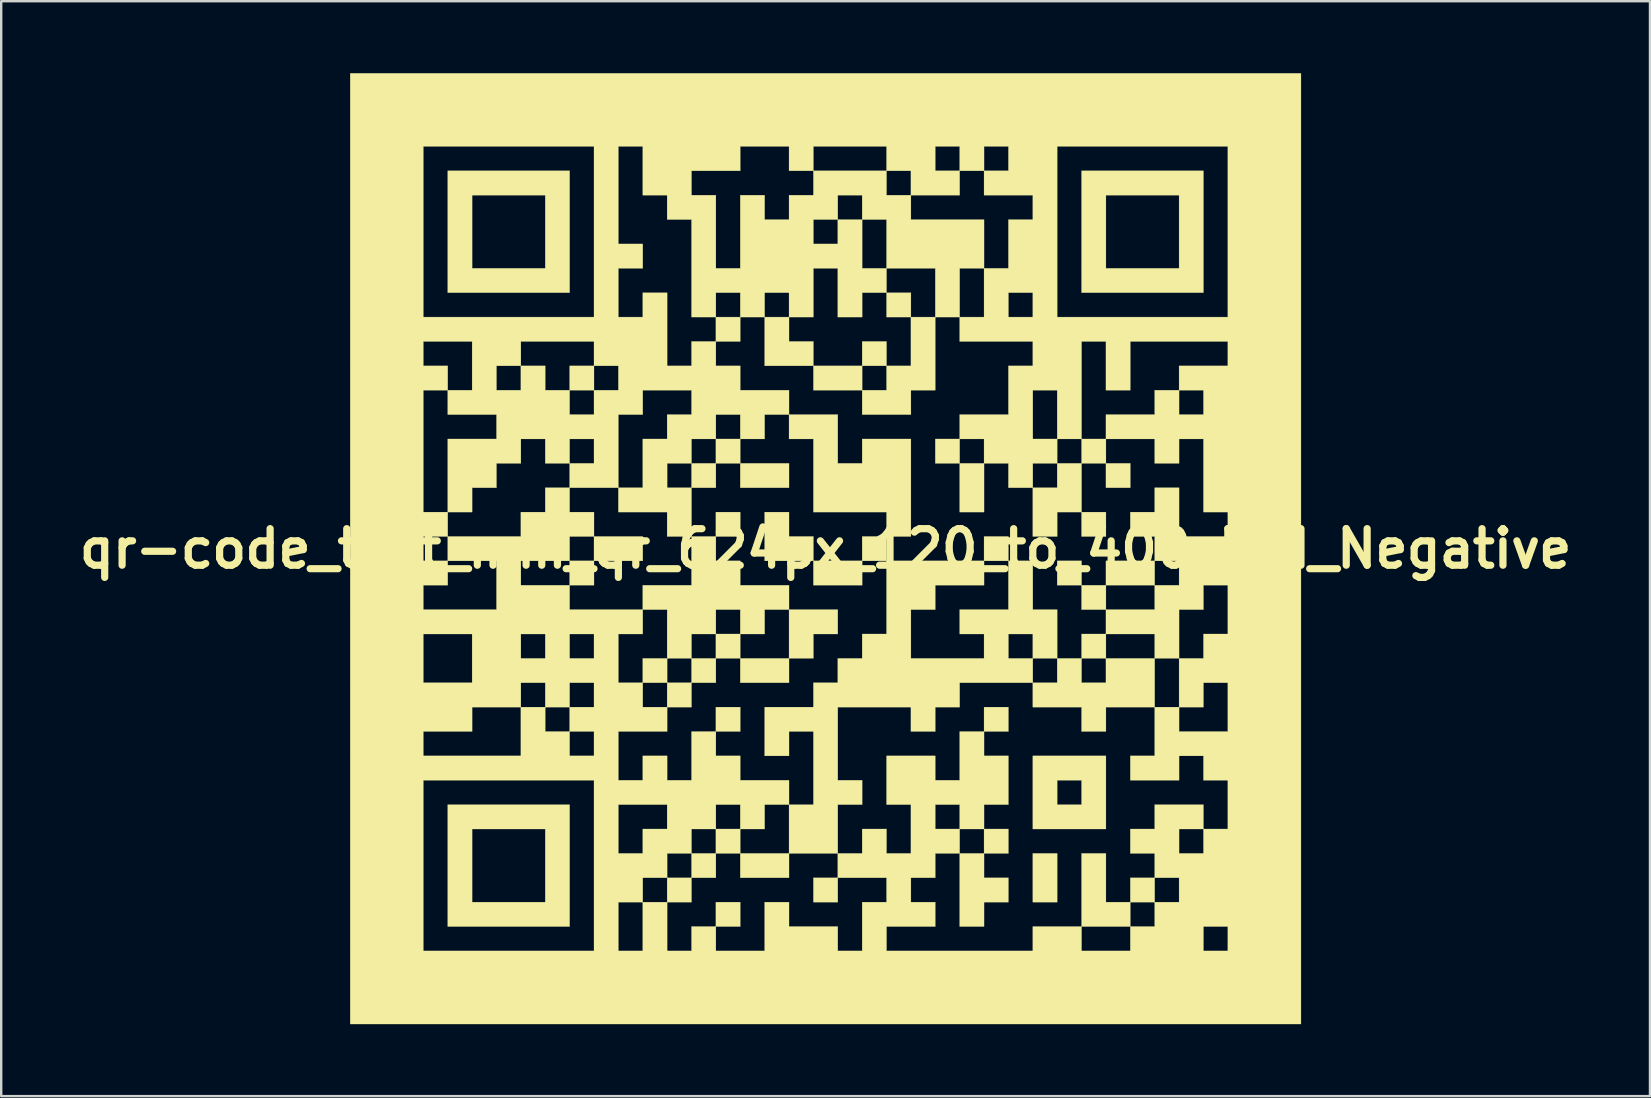
<source format=kicad_pcb>
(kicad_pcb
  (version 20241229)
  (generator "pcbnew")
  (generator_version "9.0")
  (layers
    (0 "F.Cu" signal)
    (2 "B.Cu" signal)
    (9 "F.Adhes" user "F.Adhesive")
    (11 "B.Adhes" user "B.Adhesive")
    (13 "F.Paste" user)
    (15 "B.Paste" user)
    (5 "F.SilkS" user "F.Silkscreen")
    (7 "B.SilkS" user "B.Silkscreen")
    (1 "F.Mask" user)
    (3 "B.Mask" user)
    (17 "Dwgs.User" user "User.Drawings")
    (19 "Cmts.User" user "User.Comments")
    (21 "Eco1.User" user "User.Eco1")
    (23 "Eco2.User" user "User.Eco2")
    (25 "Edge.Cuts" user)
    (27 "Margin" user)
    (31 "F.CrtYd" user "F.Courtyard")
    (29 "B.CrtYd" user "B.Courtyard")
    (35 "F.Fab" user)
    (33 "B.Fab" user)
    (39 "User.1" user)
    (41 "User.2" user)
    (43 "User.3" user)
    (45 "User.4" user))
  (footprint "qr-code_test_mm_qr_624px_120_to_400_DPI_Negative"
    (layer "F.Cu")
    (at 31.358 19.817)
    (property "Reference" "qr-code_test_mm_qr_624px_120_to_400_DPI_Negative" (at 0 0 0) (layer "F.SilkS") (effects (font (size 1.524 1.524) (thickness 0.3))))
    (attr through_hole)
    (fp_poly (pts (xy -9.652 -6.604) (xy -10.668 -6.604) (xy -10.668 -7.62) (xy -9.652 -7.62) (xy -9.652 -6.604)) (stroke (width 0.01) (type solid)) (fill yes) (layer "F.SilkS"))
    (fp_poly (pts (xy -9.652 1.524) (xy -10.668 1.524) (xy -10.668 0.508) (xy -9.652 0.508) (xy -9.652 1.524)) (stroke (width 0.01) (type solid)) (fill yes) (layer "F.SilkS"))
    (fp_poly (pts (xy -7.62 0.508) (xy -9.652 0.508) (xy -9.652 -0.508) (xy -7.62 -0.508) (xy -7.62 0.508)) (stroke (width 0.01) (type solid)) (fill yes) (layer "F.SilkS"))
    (fp_poly (pts (xy -5.588 14.732) (xy -6.604 14.732) (xy -6.604 13.716) (xy -5.588 13.716) (xy -5.588 14.732)) (stroke (width 0.01) (type solid)) (fill yes) (layer "F.SilkS"))
    (fp_poly (pts (xy -4.572 -2.54) (xy -5.588 -2.54) (xy -5.588 -3.556) (xy -4.572 -3.556) (xy -4.572 -2.54)) (stroke (width 0.01) (type solid)) (fill yes) (layer "F.SilkS"))
    (fp_poly (pts (xy -4.572 13.716) (xy -5.588 13.716) (xy -5.588 12.7) (xy -4.572 12.7) (xy -4.572 13.716)) (stroke (width 0.01) (type solid)) (fill yes) (layer "F.SilkS"))
    (fp_poly (pts (xy -3.556 -8.636) (xy -4.572 -8.636) (xy -4.572 -9.652) (xy -3.556 -9.652) (xy -3.556 -8.636)) (stroke (width 0.01) (type solid)) (fill yes) (layer "F.SilkS"))
    (fp_poly (pts (xy -3.556 -3.556) (xy -4.572 -3.556) (xy -4.572 -4.572) (xy -3.556 -4.572) (xy -3.556 -3.556)) (stroke (width 0.01) (type solid)) (fill yes) (layer "F.SilkS"))
    (fp_poly (pts (xy -3.556 -0.508) (xy -4.572 -0.508) (xy -4.572 -1.524) (xy -3.556 -1.524) (xy -3.556 -0.508)) (stroke (width 0.01) (type solid)) (fill yes) (layer "F.SilkS"))
    (fp_poly (pts (xy -3.556 7.62) (xy -4.572 7.62) (xy -4.572 6.604) (xy -3.556 6.604) (xy -3.556 7.62)) (stroke (width 0.01) (type solid)) (fill yes) (layer "F.SilkS"))
    (fp_poly (pts (xy -3.556 12.7) (xy -4.572 12.7) (xy -4.572 11.684) (xy -3.556 11.684) (xy -3.556 12.7)) (stroke (width 0.01) (type solid)) (fill yes) (layer "F.SilkS"))
    (fp_poly (pts (xy -3.556 15.748) (xy -4.572 15.748) (xy -4.572 14.732) (xy -3.556 14.732) (xy -3.556 15.748)) (stroke (width 0.01) (type solid)) (fill yes) (layer "F.SilkS"))
    (fp_poly (pts (xy -1.524 -2.54) (xy -3.556 -2.54) (xy -3.556 -3.556) (xy -1.524 -3.556) (xy -1.524 -2.54)) (stroke (width 0.01) (type solid)) (fill yes) (layer "F.SilkS"))
    (fp_poly (pts (xy -1.524 13.716) (xy -3.556 13.716) (xy -3.556 12.7) (xy -1.524 12.7) (xy -1.524 13.716)) (stroke (width 0.01) (type solid)) (fill yes) (layer "F.SilkS"))
    (fp_poly (pts (xy 0.508 14.732) (xy -0.508 14.732) (xy -0.508 13.716) (xy 0.508 13.716) (xy 0.508 14.732)) (stroke (width 0.01) (type solid)) (fill yes) (layer "F.SilkS"))
    (fp_poly (pts (xy 1.524 1.524) (xy -0.508 1.524) (xy -0.508 0.508) (xy 1.524 0.508) (xy 1.524 1.524)) (stroke (width 0.01) (type solid)) (fill yes) (layer "F.SilkS"))
    (fp_poly (pts (xy 2.54 0.508) (xy 1.524 0.508) (xy 1.524 -0.508) (xy 2.54 -0.508) (xy 2.54 0.508)) (stroke (width 0.01) (type solid)) (fill yes) (layer "F.SilkS"))
    (fp_poly (pts (xy 3.556 -9.652) (xy 2.54 -9.652) (xy 2.54 -10.668) (xy 3.556 -10.668) (xy 3.556 -9.652)) (stroke (width 0.01) (type solid)) (fill yes) (layer "F.SilkS"))
    (fp_poly (pts (xy 5.588 -3.556) (xy 4.572 -3.556) (xy 4.572 -4.572) (xy 5.588 -4.572) (xy 5.588 -3.556)) (stroke (width 0.01) (type solid)) (fill yes) (layer "F.SilkS"))
    (fp_poly (pts (xy 6.604 -1.524) (xy 5.588 -1.524) (xy 5.588 -3.556) (xy 6.604 -3.556) (xy 6.604 -1.524)) (stroke (width 0.01) (type solid)) (fill yes) (layer "F.SilkS"))
    (fp_poly (pts (xy 7.62 7.62) (xy 6.604 7.62) (xy 6.604 6.604) (xy 7.62 6.604) (xy 7.62 7.62)) (stroke (width 0.01) (type solid)) (fill yes) (layer "F.SilkS"))
    (fp_poly (pts (xy 7.62 12.7) (xy 6.604 12.7) (xy 6.604 11.684) (xy 7.62 11.684) (xy 7.62 12.7)) (stroke (width 0.01) (type solid)) (fill yes) (layer "F.SilkS"))
    (fp_poly (pts (xy 9.652 14.732) (xy 8.636 14.732) (xy 8.636 12.7) (xy 9.652 12.7) (xy 9.652 14.732)) (stroke (width 0.01) (type solid)) (fill yes) (layer "F.SilkS"))
    (fp_poly (pts (xy 10.668 1.524) (xy 9.652 1.524) (xy 9.652 0.508) (xy 10.668 0.508) (xy 10.668 1.524)) (stroke (width 0.01) (type solid)) (fill yes) (layer "F.SilkS"))
    (fp_poly (pts (xy 11.684 -3.556) (xy 10.668 -3.556) (xy 10.668 -4.572) (xy 11.684 -4.572) (xy 11.684 -3.556)) (stroke (width 0.01) (type solid)) (fill yes) (layer "F.SilkS"))
    (fp_poly (pts (xy 11.684 -0.508) (xy 10.668 -0.508) (xy 10.668 -1.524) (xy 11.684 -1.524) (xy 11.684 -0.508)) (stroke (width 0.01) (type solid)) (fill yes) (layer "F.SilkS"))
    (fp_poly (pts (xy 11.684 2.54) (xy 10.668 2.54) (xy 10.668 1.524) (xy 11.684 1.524) (xy 11.684 2.54)) (stroke (width 0.01) (type solid)) (fill yes) (layer "F.SilkS"))
    (fp_poly (pts (xy 12.7 -2.54) (xy 11.684 -2.54) (xy 11.684 -3.556) (xy 12.7 -3.556) (xy 12.7 -2.54)) (stroke (width 0.01) (type solid)) (fill yes) (layer "F.SilkS"))
    (fp_poly (pts (xy 13.716 1.524) (xy 11.684 1.524) (xy 11.684 0.508) (xy 13.716 0.508) (xy 13.716 1.524)) (stroke (width 0.01) (type solid)) (fill yes) (layer "F.SilkS"))
    (fp_poly (pts (xy 13.716 14.732) (xy 12.7 14.732) (xy 12.7 13.716) (xy 13.716 13.716) (xy 13.716 14.732)) (stroke (width 0.01) (type solid)) (fill yes) (layer "F.SilkS"))
    (fp_poly (pts (xy -1.524 -8.636) (xy -0.508 -8.636) (xy -0.508 -7.62) (xy -2.54 -7.62) (xy -2.54 -9.652) (xy -1.524 -9.652) (xy -1.524 -8.636)) (stroke (width 0.01) (type solid)) (fill yes) (layer "F.SilkS"))
    (fp_poly (pts (xy -1.524 -0.508) (xy -0.508 -0.508) (xy -0.508 0.508) (xy -2.54 0.508) (xy -2.54 -1.524) (xy -1.524 -1.524) (xy -1.524 -0.508)) (stroke (width 0.01) (type solid)) (fill yes) (layer "F.SilkS"))
    (fp_poly (pts (xy 11.684 14.732) (xy 12.7 14.732) (xy 12.7 15.748) (xy 10.668 15.748) (xy 10.668 12.7) (xy 11.684 12.7) (xy 11.684 14.732)) (stroke (width 0.01) (type solid)) (fill yes) (layer "F.SilkS"))
    (fp_poly (pts (xy 6.604 13.716) (xy 7.62 13.716) (xy 7.62 14.732) (xy 6.604 14.732) (xy 6.604 15.748) (xy 5.588 15.748) (xy 5.588 12.7) (xy 6.604 12.7) (xy 6.604 13.716)) (stroke (width 0.01) (type solid)) (fill yes) (layer "F.SilkS"))
    (fp_poly (pts (xy 10.668 -1.524) (xy 9.652 -1.524) (xy 9.652 -0.508) (xy 8.636 -0.508) (xy 8.636 -2.54) (xy 9.652 -2.54) (xy 9.652 -3.556) (xy 10.668 -3.556) (xy 10.668 -1.524)) (stroke (width 0.01) (type solid)) (fill yes) (layer "F.SilkS"))
    (fp_poly (pts (xy -10.668 -10.668) (xy -15.748 -10.668) (xy -15.748 -14.732) (xy -14.732 -14.732) (xy -14.732 -11.684) (xy -11.684 -11.684) (xy -11.684 -14.732) (xy -14.732 -14.732) (xy -15.748 -14.732) (xy -15.748 -15.748) (xy -10.668 -15.748) (xy -10.668 -10.668)) (stroke (width 0.01) (type solid)) (fill yes) (layer "F.SilkS"))
    (fp_poly (pts (xy -10.668 15.748) (xy -15.748 15.748) (xy -15.748 11.684) (xy -14.732 11.684) (xy -14.732 14.732) (xy -11.684 14.732) (xy -11.684 11.684) (xy -14.732 11.684) (xy -15.748 11.684) (xy -15.748 10.668) (xy -10.668 10.668) (xy -10.668 15.748)) (stroke (width 0.01) (type solid)) (fill yes) (layer "F.SilkS"))
    (fp_poly (pts (xy 11.684 11.684) (xy 8.636 11.684) (xy 8.636 9.652) (xy 9.652 9.652) (xy 9.652 10.668) (xy 10.668 10.668) (xy 10.668 9.652) (xy 9.652 9.652) (xy 8.636 9.652) (xy 8.636 8.636) (xy 11.684 8.636) (xy 11.684 11.684)) (stroke (width 0.01) (type solid)) (fill yes) (layer "F.SilkS"))
    (fp_poly (pts (xy 15.748 -10.668) (xy 10.668 -10.668) (xy 10.668 -14.732) (xy 11.684 -14.732) (xy 11.684 -11.684) (xy 14.732 -11.684) (xy 14.732 -14.732) (xy 11.684 -14.732) (xy 10.668 -14.732) (xy 10.668 -15.748) (xy 15.748 -15.748) (xy 15.748 -10.668)) (stroke (width 0.01) (type solid)) (fill yes) (layer "F.SilkS"))
    (fp_poly (pts (xy 0.508 -3.556) (xy 1.524 -3.556) (xy 1.524 -4.572) (xy 3.556 -4.572) (xy 3.556 -0.508) (xy 2.54 -0.508) (xy 2.54 -1.524) (xy -0.508 -1.524) (xy -0.508 -4.572) (xy -1.524 -4.572) (xy -1.524 -5.588) (xy 0.508 -5.588) (xy 0.508 -3.556)) (stroke (width 0.01) (type solid)) (fill yes) (layer "F.SilkS"))
    (fp_poly (pts (xy 4.572 -6.604) (xy 3.556 -6.604) (xy 3.556 -5.588) (xy 1.524 -5.588) (xy 1.524 -6.604) (xy -0.508 -6.604) (xy -0.508 -7.62) (xy 1.524 -7.62) (xy 1.524 -6.604) (xy 2.54 -6.604) (xy 2.54 -7.62) (xy 1.524 -7.62) (xy 1.524 -8.636) (xy 2.54 -8.636) (xy 2.54 -7.62) (xy 3.556 -7.62) (xy 3.556 -9.652) (xy 4.572 -9.652) (xy 4.572 -6.604)) (stroke (width 0.01) (type solid)) (fill yes) (layer "F.SilkS"))
    (fp_poly (pts (xy 0.508 2.54) (xy 0.508 3.556) (xy -0.508 3.556) (xy -0.508 4.572) (xy -1.524 4.572) (xy -1.524 5.588) (xy -3.556 5.588) (xy -3.556 4.572) (xy -4.572 4.572) (xy -4.572 5.588) (xy -5.588 5.588) (xy -5.588 6.604) (xy -6.604 6.604) (xy -6.604 5.588) (xy -7.62 5.588) (xy -7.62 4.572) (xy -6.604 4.572) (xy -6.604 5.588) (xy -5.588 5.588) (xy -5.588 4.572) (xy -6.604 4.572) (xy -6.604 3.556) (xy -5.588 3.556) (xy -5.588 4.572) (xy -4.572 4.572) (xy -4.572 3.556) (xy -5.588 3.556) (xy -6.604 3.556) (xy -6.604 2.54) (xy -4.572 2.54) (xy -4.572 3.556) (xy -3.556 3.556) (xy -3.556 4.572) (xy -1.524 4.572) (xy -1.524 2.54) (xy -2.54 2.54) (xy -2.54 3.556) (xy -3.556 3.556) (xy -3.556 2.54) (xy -4.572 2.54) (xy -6.604 2.54) (xy -7.62 2.54) (xy -7.62 1.524) (xy -5.588 1.524) (xy -5.588 -0.508) (xy -4.572 -0.508) (xy -4.572 0.508) (xy -3.556 0.508) (xy -3.556 1.524) (xy -1.524 1.524) (xy -1.524 2.54) (xy 0.508 2.54)) (stroke (width 0.01) (type solid)) (fill yes) (layer "F.SilkS"))
    (fp_poly (pts (xy 13.716 4.572) (xy 13.716 6.604) (xy 11.684 6.604) (xy 11.684 7.62) (xy 10.668 7.62) (xy 10.668 6.604) (xy 8.636 6.604) (xy 8.636 5.588) (xy 5.588 5.588) (xy 5.588 6.604) (xy 4.572 6.604) (xy 4.572 7.62) (xy 3.556 7.62) (xy 3.556 6.604) (xy 0.508 6.604) (xy 0.508 9.652) (xy 1.524 9.652) (xy 1.524 10.668) (xy 0.508 10.668) (xy 0.508 12.7) (xy -1.524 12.7) (xy -1.524 10.668) (xy -0.508 10.668) (xy -0.508 7.62) (xy -1.524 7.62) (xy -1.524 8.636) (xy -2.54 8.636) (xy -2.54 6.604) (xy -0.508 6.604) (xy -0.508 5.588) (xy 0.508 5.588) (xy 0.508 4.572) (xy 1.524 4.572) (xy 1.524 3.556) (xy 2.54 3.556) (xy 2.54 2.54) (xy 3.556 2.54) (xy 3.556 4.572) (xy 6.604 4.572) (xy 6.604 3.556) (xy 7.62 3.556) (xy 7.62 4.572) (xy 8.636 4.572) (xy 8.636 5.588) (xy 9.652 5.588) (xy 9.652 4.572) (xy 8.636 4.572) (xy 8.636 3.556) (xy 7.62 3.556) (xy 6.604 3.556) (xy 5.588 3.556) (xy 5.588 2.54) (xy 7.62 2.54) (xy 7.62 0.508) (xy 6.604 0.508) (xy 6.604 1.524) (xy 4.572 1.524) (xy 4.572 2.54) (xy 3.556 2.54) (xy 2.54 2.54) (xy 2.54 0.508) (xy 6.604 0.508) (xy 6.604 -0.508) (xy 7.62 -0.508) (xy 7.62 0.508) (xy 8.636 0.508) (xy 8.636 2.54) (xy 9.652 2.54) (xy 9.652 4.572) (xy 10.668 4.572) (xy 10.668 5.588) (xy 11.684 5.588) (xy 11.684 4.572) (xy 10.668 4.572) (xy 10.668 3.556) (xy 11.684 3.556) (xy 11.684 4.572) (xy 13.716 4.572)) (stroke (width 0.01) (type solid)) (fill yes) (layer "F.SilkS"))
    (fp_poly (pts (xy 19.812 19.812) (xy -19.812 19.812) (xy -19.812 9.652) (xy -16.764 9.652) (xy -16.764 16.764) (xy -9.652 16.764) (xy -9.652 14.732) (xy -8.636 14.732) (xy -8.636 16.764) (xy -7.62 16.764) (xy -7.62 14.732) (xy -8.636 14.732) (xy -9.652 14.732) (xy -9.652 10.668) (xy -8.636 10.668) (xy -8.636 12.7) (xy -7.62 12.7) (xy -7.62 11.684) (xy -6.604 11.684) (xy -6.604 10.668) (xy -8.636 10.668) (xy -9.652 10.668) (xy -9.652 9.652) (xy -16.764 9.652) (xy -19.812 9.652) (xy -19.812 7.62) (xy -16.764 7.62) (xy -16.764 8.636) (xy -12.7 8.636) (xy -12.7 6.604) (xy -14.732 6.604) (xy -14.732 7.62) (xy -16.764 7.62) (xy -19.812 7.62) (xy -19.812 3.556) (xy -16.764 3.556) (xy -16.764 5.588) (xy -14.732 5.588) (xy -12.7 5.588) (xy -12.7 6.604) (xy -11.684 6.604) (xy -11.684 7.62) (xy -10.668 7.62) (xy -10.668 8.636) (xy -9.652 8.636) (xy -9.652 7.62) (xy -10.668 7.62) (xy -10.668 6.604) (xy -11.684 6.604) (xy -11.684 5.588) (xy -10.668 5.588) (xy -10.668 6.604) (xy -9.652 6.604) (xy -9.652 5.588) (xy -10.668 5.588) (xy -11.684 5.588) (xy -12.7 5.588) (xy -14.732 5.588) (xy -14.732 3.556) (xy -12.7 3.556) (xy -12.7 4.572) (xy -11.684 4.572) (xy -11.684 3.556) (xy -10.668 3.556) (xy -10.668 4.572) (xy -9.652 4.572) (xy -9.652 3.556) (xy -10.668 3.556) (xy -11.684 3.556) (xy -12.7 3.556) (xy -14.732 3.556) (xy -16.764 3.556) (xy -19.812 3.556) (xy -19.812 1.524) (xy -16.764 1.524) (xy -16.764 2.54) (xy -13.716 2.54) (xy -13.716 0.508) (xy -12.7 0.508) (xy -12.7 1.524) (xy -10.668 1.524) (xy -10.668 2.54) (xy -7.62 2.54) (xy -7.62 3.556) (xy -8.636 3.556) (xy -8.636 5.588) (xy -7.62 5.588) (xy -7.62 6.604) (xy -6.604 6.604) (xy -6.604 7.62) (xy -8.636 7.62) (xy -8.636 9.652) (xy -7.62 9.652) (xy -7.62 8.636) (xy -6.604 8.636) (xy -6.604 9.652) (xy -5.588 9.652) (xy -5.588 7.62) (xy -4.572 7.62) (xy -4.572 8.636) (xy -3.556 8.636) (xy -3.556 9.652) (xy -1.524 9.652) (xy -1.524 10.668) (xy -2.54 10.668) (xy -2.54 11.684) (xy -3.556 11.684) (xy -3.556 10.668) (xy -4.572 10.668) (xy -4.572 11.684) (xy -5.588 11.684) (xy -5.588 12.7) (xy -6.604 12.7) (xy -6.604 13.716) (xy -7.62 13.716) (xy -7.62 14.732) (xy -6.604 14.732) (xy -6.604 16.764) (xy -5.588 16.764) (xy -5.588 15.748) (xy -4.572 15.748) (xy -4.572 16.764) (xy -2.54 16.764) (xy -2.54 14.732) (xy -1.524 14.732) (xy -1.524 15.748) (xy 0.508 15.748) (xy 0.508 16.764) (xy 1.524 16.764) (xy 1.524 14.732) (xy 2.54 14.732) (xy 2.54 13.716) (xy 0.508 13.716) (xy 0.508 12.7) (xy 1.524 12.7) (xy 1.524 11.684) (xy 2.54 11.684) (xy 2.54 12.7) (xy 3.556 12.7) (xy 3.556 10.668) (xy 4.572 10.668) (xy 4.572 11.684) (xy 5.588 11.684) (xy 5.588 10.668) (xy 4.572 10.668) (xy 3.556 10.668) (xy 2.54 10.668) (xy 2.54 8.636) (xy 4.572 8.636) (xy 4.572 9.652) (xy 5.588 9.652) (xy 5.588 7.62) (xy 6.604 7.62) (xy 6.604 8.636) (xy 7.62 8.636) (xy 7.62 10.668) (xy 6.604 10.668) (xy 6.604 11.684) (xy 5.588 11.684) (xy 5.588 12.7) (xy 4.572 12.7) (xy 4.572 13.716) (xy 3.556 13.716) (xy 3.556 14.732) (xy 4.572 14.732) (xy 4.572 15.748) (xy 2.54 15.748) (xy 2.54 16.764) (xy 8.636 16.764) (xy 8.636 15.748) (xy 10.668 15.748) (xy 10.668 16.764) (xy 12.7 16.764) (xy 12.7 15.748) (xy 13.716 15.748) (xy 15.748 15.748) (xy 15.748 16.764) (xy 16.764 16.764) (xy 16.764 15.748) (xy 15.748 15.748) (xy 13.716 15.748) (xy 13.716 14.732) (xy 14.732 14.732) (xy 14.732 13.716) (xy 13.716 13.716) (xy 13.716 12.7) (xy 12.7 12.7) (xy 12.7 11.684) (xy 13.716 11.684) (xy 14.732 11.684) (xy 14.732 12.7) (xy 15.748 12.7) (xy 15.748 11.684) (xy 14.732 11.684) (xy 13.716 11.684) (xy 13.716 10.668) (xy 15.748 10.668) (xy 15.748 11.684) (xy 16.764 11.684) (xy 16.764 9.652) (xy 15.748 9.652) (xy 15.748 8.636) (xy 14.732 8.636) (xy 14.732 9.652) (xy 12.7 9.652) (xy 12.7 8.636) (xy 13.716 8.636) (xy 13.716 6.604) (xy 14.732 6.604) (xy 14.732 7.62) (xy 16.764 7.62) (xy 16.764 5.588) (xy 15.748 5.588) (xy 15.748 6.604) (xy 14.732 6.604) (xy 14.732 4.572) (xy 13.716 4.572) (xy 13.716 3.556) (xy 11.684 3.556) (xy 11.684 2.54) (xy 13.716 2.54) (xy 14.732 2.54) (xy 14.732 4.572) (xy 15.748 4.572) (xy 15.748 3.556) (xy 16.764 3.556) (xy 16.764 1.524) (xy 15.748 1.524) (xy 15.748 2.54) (xy 14.732 2.54) (xy 13.716 2.54) (xy 13.716 1.524) (xy 14.732 1.524) (xy 14.732 0.508) (xy 13.716 0.508) (xy 13.716 -0.508) (xy 12.7 -0.508) (xy 12.7 -1.524) (xy 13.716 -1.524) (xy 13.716 -2.54) (xy 14.732 -2.54) (xy 14.732 -0.508) (xy 16.764 -0.508) (xy 16.764 -1.524) (xy 15.748 -1.524) (xy 15.748 -4.572) (xy 14.732 -4.572) (xy 14.732 -3.556) (xy 13.716 -3.556) (xy 13.716 -4.572) (xy 11.684 -4.572) (xy 11.684 -5.588) (xy 13.716 -5.588) (xy 13.716 -6.604) (xy 14.732 -6.604) (xy 14.732 -5.588) (xy 15.748 -5.588) (xy 15.748 -6.604) (xy 14.732 -6.604) (xy 14.732 -7.62) (xy 16.764 -7.62) (xy 16.764 -8.636) (xy 12.7 -8.636) (xy 12.7 -6.604) (xy 11.684 -6.604) (xy 11.684 -8.636) (xy 10.668 -8.636) (xy 10.668 -4.572) (xy 9.652 -4.572) (xy 9.652 -3.556) (xy 8.636 -3.556) (xy 8.636 -2.54) (xy 7.62 -2.54) (xy 7.62 -3.556) (xy 6.604 -3.556) (xy 6.604 -4.572) (xy 5.588 -4.572) (xy 5.588 -5.588) (xy 7.62 -5.588) (xy 7.62 -6.604) (xy 8.636 -6.604) (xy 8.636 -4.572) (xy 9.652 -4.572) (xy 9.652 -6.604) (xy 8.636 -6.604) (xy 7.62 -6.604) (xy 7.62 -7.62) (xy 8.636 -7.62) (xy 8.636 -8.636) (xy 5.588 -8.636) (xy 5.588 -9.652) (xy 4.572 -9.652) (xy 4.572 -11.684) (xy 5.588 -11.684) (xy 5.588 -9.652) (xy 6.604 -9.652) (xy 6.604 -10.668) (xy 7.62 -10.668) (xy 7.62 -9.652) (xy 8.636 -9.652) (xy 8.636 -10.668) (xy 7.62 -10.668) (xy 6.604 -10.668) (xy 6.604 -11.684) (xy 5.588 -11.684) (xy 4.572 -11.684) (xy 2.54 -11.684) (xy 2.54 -10.668) (xy 1.524 -10.668) (xy 1.524 -9.652) (xy 0.508 -9.652) (xy 0.508 -11.684) (xy -0.508 -11.684) (xy -0.508 -9.652) (xy -1.524 -9.652) (xy -1.524 -10.668) (xy -2.54 -10.668) (xy -2.54 -9.652) (xy -3.556 -9.652) (xy -3.556 -10.668) (xy -4.572 -10.668) (xy -4.572 -9.652) (xy -5.588 -9.652) (xy -5.588 -13.716) (xy -6.604 -13.716) (xy -6.604 -14.732) (xy -7.62 -14.732) (xy -7.62 -15.748) (xy -5.588 -15.748) (xy -5.588 -14.732) (xy -4.572 -14.732) (xy -4.572 -11.684) (xy -3.556 -11.684) (xy -3.556 -14.732) (xy -2.54 -14.732) (xy -2.54 -13.716) (xy -1.524 -13.716) (xy -0.508 -13.716) (xy -0.508 -12.7) (xy 0.508 -12.7) (xy 0.508 -13.716) (xy -0.508 -13.716) (xy -1.524 -13.716) (xy -1.524 -14.732) (xy -0.508 -14.732) (xy 0.508 -14.732) (xy 0.508 -13.716) (xy 1.524 -13.716) (xy 1.524 -11.684) (xy 2.54 -11.684) (xy 2.54 -13.716) (xy 1.524 -13.716) (xy 1.524 -14.732) (xy 0.508 -14.732) (xy -0.508 -14.732) (xy -0.508 -15.748) (xy -1.524 -15.748) (xy -1.524 -16.764) (xy -0.508 -16.764) (xy -0.508 -15.748) (xy 2.54 -15.748) (xy 2.54 -14.732) (xy 3.556 -14.732) (xy 3.556 -13.716) (xy 6.604 -13.716) (xy 6.604 -11.684) (xy 7.62 -11.684) (xy 7.62 -13.716) (xy 8.636 -13.716) (xy 8.636 -14.732) (xy 6.604 -14.732) (xy 6.604 -15.748) (xy 5.588 -15.748) (xy 5.588 -14.732) (xy 3.556 -14.732) (xy 3.556 -15.748) (xy 2.54 -15.748) (xy 2.54 -16.764) (xy 4.572 -16.764) (xy 4.572 -15.748) (xy 5.588 -15.748) (xy 5.588 -16.764) (xy 6.604 -16.764) (xy 6.604 -15.748) (xy 7.62 -15.748) (xy 7.62 -16.764) (xy 9.652 -16.764) (xy 9.652 -9.652) (xy 16.764 -9.652) (xy 16.764 -16.764) (xy 9.652 -16.764) (xy 7.62 -16.764) (xy 6.604 -16.764) (xy 5.588 -16.764) (xy 4.572 -16.764) (xy 2.54 -16.764) (xy -0.508 -16.764) (xy -1.524 -16.764) (xy -3.556 -16.764) (xy -3.556 -15.748) (xy -5.588 -15.748) (xy -7.62 -15.748) (xy -7.62 -16.764) (xy -8.636 -16.764) (xy -8.636 -12.7) (xy -7.62 -12.7) (xy -7.62 -11.684) (xy -8.636 -11.684) (xy -8.636 -9.652) (xy -7.62 -9.652) (xy -7.62 -10.668) (xy -6.604 -10.668) (xy -6.604 -7.62) (xy -5.588 -7.62) (xy -5.588 -8.636) (xy -4.572 -8.636) (xy -4.572 -7.62) (xy -3.556 -7.62) (xy -3.556 -6.604) (xy -1.524 -6.604) (xy -1.524 -5.588) (xy -2.54 -5.588) (xy -2.54 -4.572) (xy -3.556 -4.572) (xy -3.556 -5.588) (xy -4.572 -5.588) (xy -4.572 -4.572) (xy -5.588 -4.572) (xy -5.588 -3.556) (xy -6.604 -3.556) (xy -6.604 -2.54) (xy -5.588 -2.54) (xy -5.588 -0.508) (xy -6.604 -0.508) (xy -6.604 -1.524) (xy -8.636 -1.524) (xy -8.636 -2.54) (xy -10.668 -2.54) (xy -10.668 -1.524) (xy -9.652 -1.524) (xy -9.652 -0.508) (xy -10.668 -0.508) (xy -10.668 0.508) (xy -12.7 0.508) (xy -13.716 0.508) (xy -15.748 0.508) (xy -15.748 1.524) (xy -16.764 1.524) (xy -19.812 1.524) (xy -19.812 -0.508) (xy -16.764 -0.508) (xy -16.764 0.508) (xy -15.748 0.508) (xy -15.748 -0.508) (xy -16.764 -0.508) (xy -19.812 -0.508) (xy -19.812 -6.604) (xy -16.764 -6.604) (xy -16.764 -1.524) (xy -15.748 -1.524) (xy -15.748 -0.508) (xy -12.7 -0.508) (xy -12.7 -1.524) (xy -11.684 -1.524) (xy -11.684 -2.54) (xy -10.668 -2.54) (xy -10.668 -3.556) (xy -11.684 -3.556) (xy -11.684 -4.572) (xy -10.668 -4.572) (xy -10.668 -3.556) (xy -9.652 -3.556) (xy -9.652 -4.572) (xy -10.668 -4.572) (xy -11.684 -4.572) (xy -12.7 -4.572) (xy -12.7 -3.556) (xy -13.716 -3.556) (xy -13.716 -2.54) (xy -14.732 -2.54) (xy -14.732 -1.524) (xy -15.748 -1.524) (xy -15.748 -4.572) (xy -13.716 -4.572) (xy -13.716 -5.588) (xy -15.748 -5.588) (xy -15.748 -6.604) (xy -16.764 -6.604) (xy -19.812 -6.604) (xy -19.812 -8.636) (xy -16.764 -8.636) (xy -16.764 -7.62) (xy -15.748 -7.62) (xy -15.748 -6.604) (xy -14.732 -6.604) (xy -14.732 -7.62) (xy -13.716 -7.62) (xy -13.716 -6.604) (xy -12.7 -6.604) (xy -12.7 -7.62) (xy -13.716 -7.62) (xy -14.732 -7.62) (xy -14.732 -8.636) (xy -12.7 -8.636) (xy -12.7 -7.62) (xy -11.684 -7.62) (xy -11.684 -6.604) (xy -10.668 -6.604) (xy -10.668 -5.588) (xy -9.652 -5.588) (xy -8.636 -5.588) (xy -8.636 -2.54) (xy -7.62 -2.54) (xy -7.62 -4.572) (xy -6.604 -4.572) (xy -6.604 -5.588) (xy -5.588 -5.588) (xy -5.588 -6.604) (xy -7.62 -6.604) (xy -7.62 -5.588) (xy -8.636 -5.588) (xy -9.652 -5.588) (xy -9.652 -6.604) (xy -8.636 -6.604) (xy -8.636 -7.62) (xy -9.652 -7.62) (xy -9.652 -8.636) (xy -12.7 -8.636) (xy -14.732 -8.636) (xy -16.764 -8.636) (xy -19.812 -8.636) (xy -19.812 -16.764) (xy -16.764 -16.764) (xy -16.764 -9.652) (xy -9.652 -9.652) (xy -9.652 -16.764) (xy -16.764 -16.764) (xy -19.812 -16.764) (xy -19.812 -19.812) (xy 19.812 -19.812) (xy 19.812 19.812)) (stroke (width 0.01) (type solid)) (fill yes) (layer "F.SilkS")))
  (gr_rect
    (start -3 -3)
    (end 65.716 42.634)
    (stroke (width 0.1) (type default))
    (fill no)
    (layer "Edge.Cuts")))
</source>
